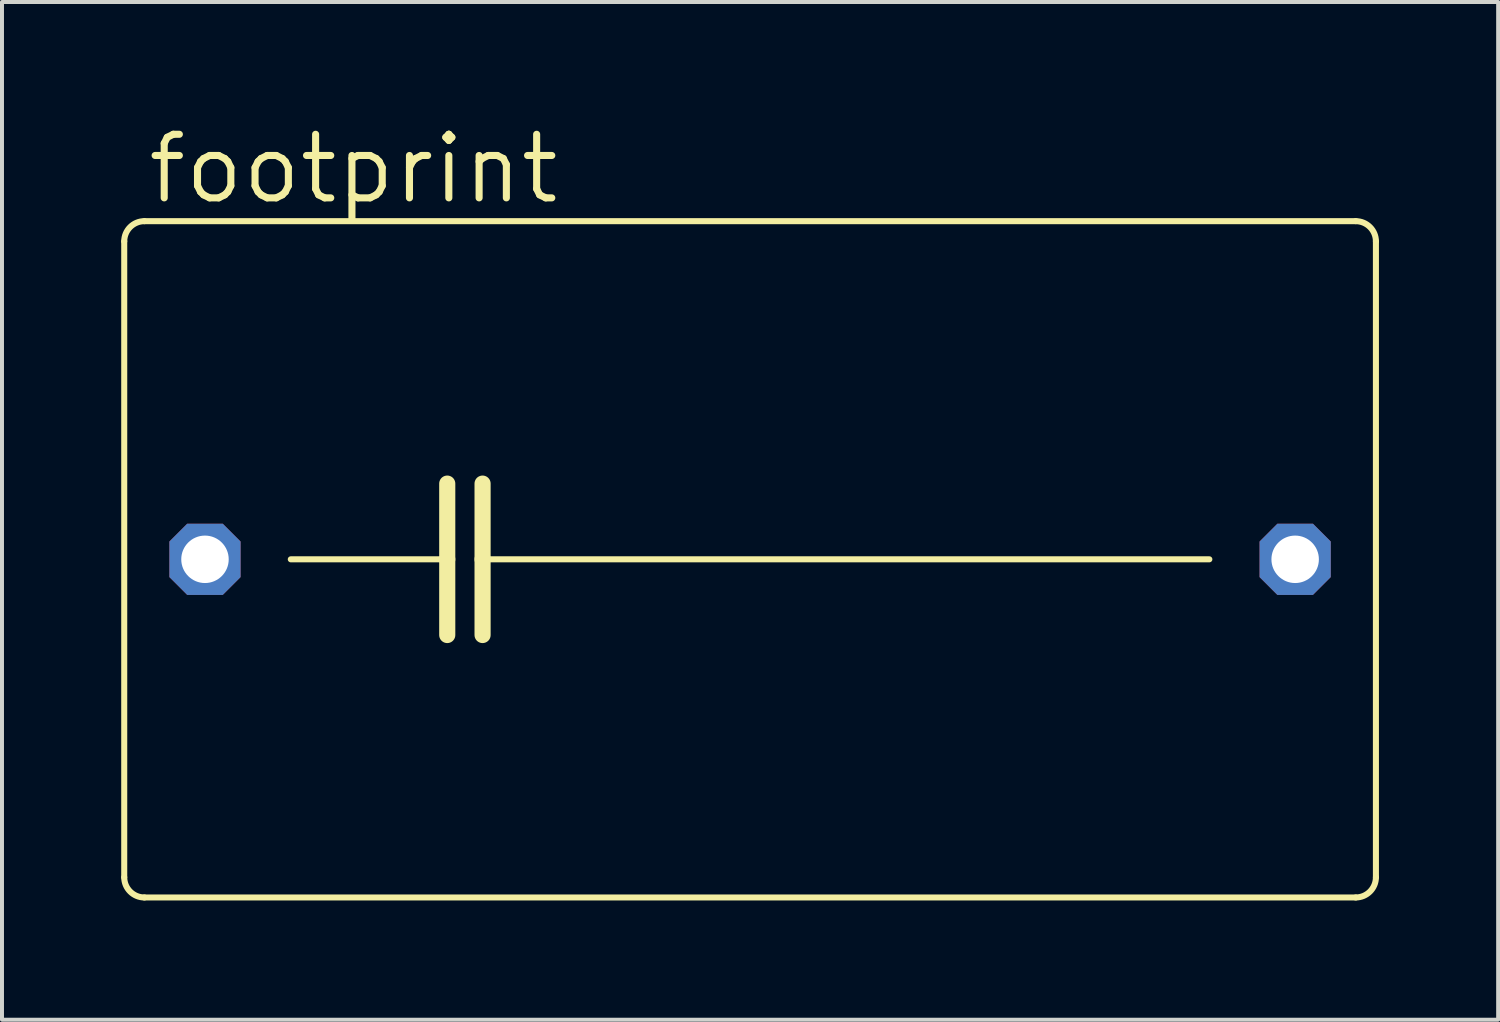
<source format=kicad_pcb>
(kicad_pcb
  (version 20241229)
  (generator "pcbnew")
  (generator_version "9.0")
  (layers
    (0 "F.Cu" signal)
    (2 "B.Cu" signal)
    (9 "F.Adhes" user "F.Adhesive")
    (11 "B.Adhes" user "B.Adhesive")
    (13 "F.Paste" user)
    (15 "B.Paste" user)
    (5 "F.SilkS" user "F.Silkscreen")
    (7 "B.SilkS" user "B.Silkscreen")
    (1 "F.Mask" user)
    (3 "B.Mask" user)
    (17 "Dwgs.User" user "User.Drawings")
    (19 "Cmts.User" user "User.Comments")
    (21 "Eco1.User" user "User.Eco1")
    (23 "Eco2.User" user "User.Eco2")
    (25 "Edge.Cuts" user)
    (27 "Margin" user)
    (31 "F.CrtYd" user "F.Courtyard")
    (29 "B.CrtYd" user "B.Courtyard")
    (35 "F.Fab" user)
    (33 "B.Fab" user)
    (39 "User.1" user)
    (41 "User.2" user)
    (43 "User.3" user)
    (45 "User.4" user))
  (footprint "footprint"
    (layer "F.Cu")
    (at 15.824 11.024)
    (property "Reference" "footprint" (at -15.24 -8.89 0) (layer "F.SilkS") (effects (font (size 1.6 1.6) (thickness 0.178)) (justify left bottom)))
    (fp_line (start -15.748 8.001) (end -15.748 -8.001) (stroke (width 0.152) (type solid)) (layer "F.SilkS"))
    (fp_line (start -15.24 -8.509) (end 15.24 -8.509) (stroke (width 0.152) (type solid)) (layer "F.SilkS"))
    (fp_line (start -11.557 0) (end -7.62 0) (stroke (width 0.152) (type solid)) (layer "F.SilkS"))
    (fp_line (start -7.62 -1.905) (end -7.62 0) (stroke (width 0.406) (type solid)) (layer "F.SilkS"))
    (fp_line (start -7.62 0) (end -7.62 1.905) (stroke (width 0.406) (type solid)) (layer "F.SilkS"))
    (fp_line (start -6.731 -1.905) (end -6.731 0) (stroke (width 0.406) (type solid)) (layer "F.SilkS"))
    (fp_line (start -6.731 0) (end -6.731 1.905) (stroke (width 0.406) (type solid)) (layer "F.SilkS"))
    (fp_line (start -6.731 0) (end 11.557 0) (stroke (width 0.152) (type solid)) (layer "F.SilkS"))
    (fp_line (start 15.24 8.509) (end -15.24 8.509) (stroke (width 0.152) (type solid)) (layer "F.SilkS"))
    (fp_line (start 15.748 -8.001) (end 15.748 8.001) (stroke (width 0.152) (type solid)) (layer "F.SilkS"))
    (fp_arc (start -15.748 -8.001) (mid -15.59921 -8.36021) (end -15.24 -8.509) (stroke (width 0.1524) (type solid)) (layer "F.SilkS"))
    (fp_arc (start -15.24 8.509) (mid -15.59921 8.36021) (end -15.748 8.001) (stroke (width 0.1524) (type solid)) (layer "F.SilkS"))
    (fp_arc (start 15.24 -8.509) (mid 15.59921 -8.36021) (end 15.748 -8.001) (stroke (width 0.1524) (type solid)) (layer "F.SilkS"))
    (fp_arc (start 15.748 8.001) (mid 15.59921 8.36021) (end 15.24 8.509) (stroke (width 0.1524) (type solid)) (layer "F.SilkS"))
    (pad "1" thru_hole roundrect (at -13.716 0) (size 1.791 1.791) (drill 1.194) (layers "*.Cu" "*.Mask") (roundrect_rratio 0.25) (chamfer_ratio 0.25) (chamfer top_left top_right bottom_left bottom_right))
    (pad "2" thru_hole roundrect (at 13.716 0) (size 1.791 1.791) (drill 1.194) (layers "*.Cu" "*.Mask") (roundrect_rratio 0.25) (chamfer_ratio 0.25) (chamfer top_left top_right bottom_left bottom_right)))
  (gr_rect
    (start -3 -3)
    (end 34.648 22.609)
    (stroke (width 0.1) (type default))
    (fill no)
    (layer "Edge.Cuts")))
</source>
